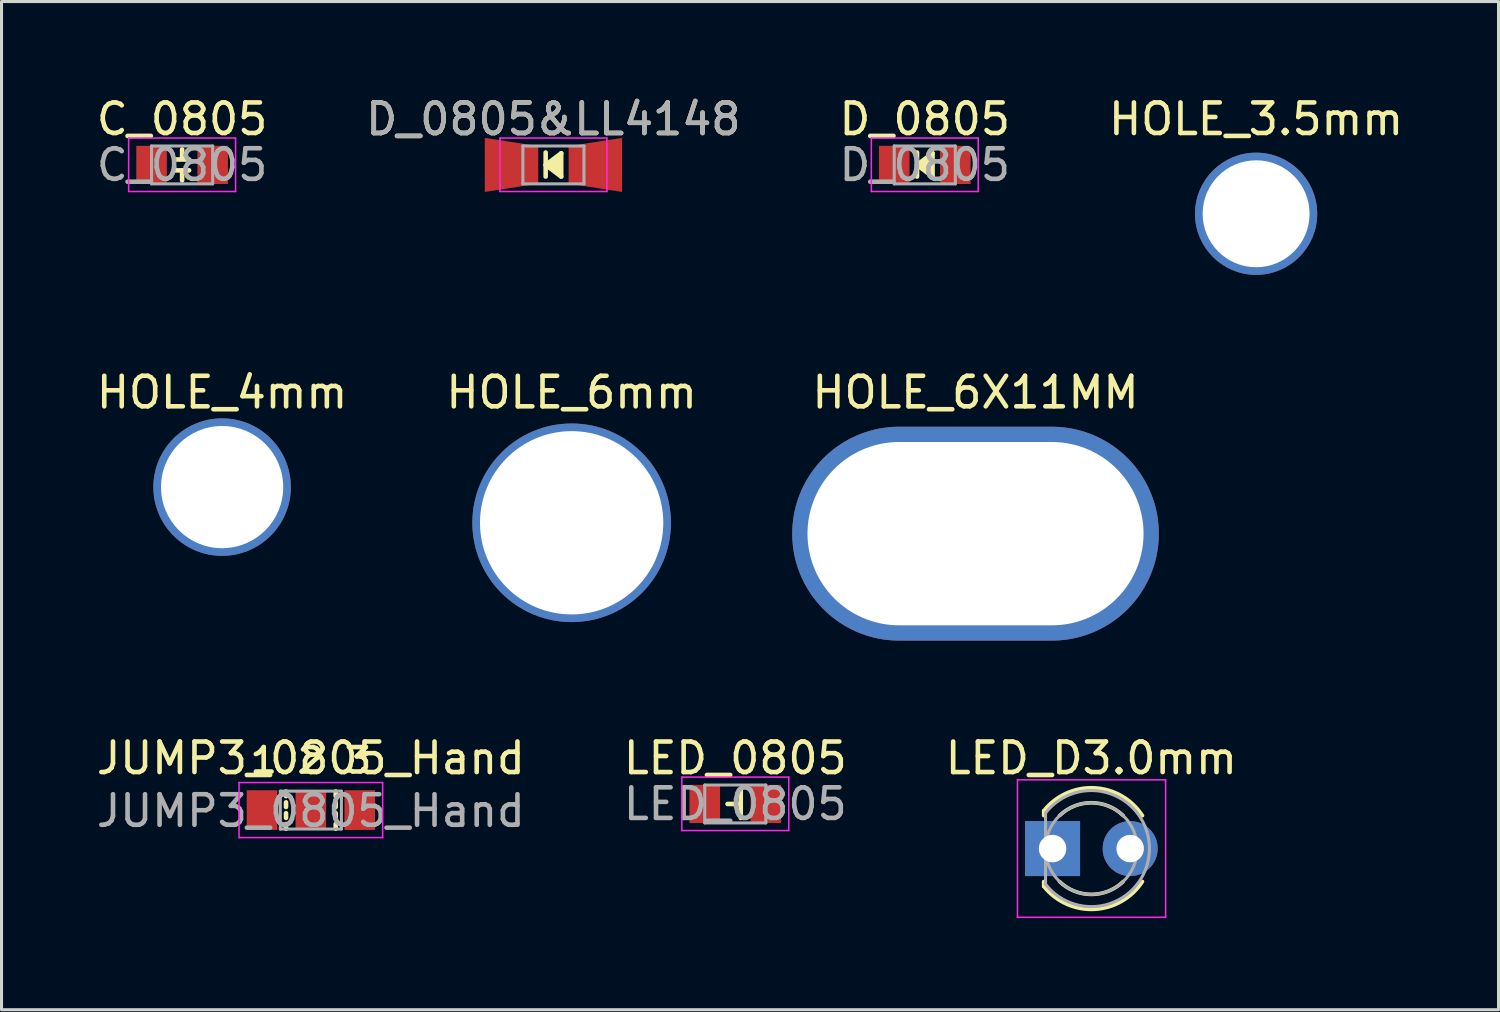
<source format=kicad_pcb>
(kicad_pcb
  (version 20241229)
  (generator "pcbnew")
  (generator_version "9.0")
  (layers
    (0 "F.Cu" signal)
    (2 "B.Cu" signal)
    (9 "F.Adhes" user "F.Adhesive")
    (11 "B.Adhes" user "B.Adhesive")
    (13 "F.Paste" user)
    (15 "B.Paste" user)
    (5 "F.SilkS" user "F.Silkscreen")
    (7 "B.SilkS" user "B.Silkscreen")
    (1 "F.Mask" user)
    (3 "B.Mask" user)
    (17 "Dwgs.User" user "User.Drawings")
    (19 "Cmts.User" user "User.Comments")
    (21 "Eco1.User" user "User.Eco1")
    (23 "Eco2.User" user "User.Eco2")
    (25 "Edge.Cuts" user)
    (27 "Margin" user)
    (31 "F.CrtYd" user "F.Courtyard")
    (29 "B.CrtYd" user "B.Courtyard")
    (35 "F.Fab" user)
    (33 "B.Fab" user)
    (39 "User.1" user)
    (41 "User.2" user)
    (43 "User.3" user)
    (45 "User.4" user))
  (footprint "HOLE_3.5mm"
    (layer "F.Cu")
    (at 38.065 3.947)
    (property "Reference" "HOLE_3.5mm" (at 0 -3.099 0) (layer "F.SilkS") (effects (font (size 1 1) (thickness 0.15))))
    (attr through_hole)
    (pad "0" thru_hole circle (at 0 0) (size 4 4) (drill 3.5) (layers "*.Cu")))
  (footprint "D_0805&LL4148"
    (layer "F.Cu")
    (at 15.065 2.348)
    (property "Reference" "D_0805&LL4148" (at 0 -1.5 0) (layer "F.SilkS") (effects (font (size 1 1) (thickness 0.15))))
    (attr smd)
    (fp_line (start -0.254 -0.406) (end -0.254 0.381) (stroke (width 0.15) (type solid)) (layer "F.SilkS"))
    (fp_line (start -0.254 0) (end 0.254 -0.381) (stroke (width 0.15) (type solid)) (layer "F.SilkS"))
    (fp_line (start -0.102 0) (end 0.203 -0.229) (stroke (width 0.15) (type solid)) (layer "F.SilkS"))
    (fp_line (start -0.051 0.025) (end 0.127 -0.076) (stroke (width 0.15) (type solid)) (layer "F.SilkS"))
    (fp_line (start 0.127 -0.076) (end 0.102 0.051) (stroke (width 0.15) (type solid)) (layer "F.SilkS"))
    (fp_line (start 0.203 -0.229) (end 0.203 0.229) (stroke (width 0.15) (type solid)) (layer "F.SilkS"))
    (fp_line (start 0.203 0.229) (end -0.051 0.025) (stroke (width 0.15) (type solid)) (layer "F.SilkS"))
    (fp_line (start 0.254 -0.381) (end 0.254 0.381) (stroke (width 0.15) (type solid)) (layer "F.SilkS"))
    (fp_line (start 0.254 0.381) (end -0.254 0) (stroke (width 0.15) (type solid)) (layer "F.SilkS"))
    (fp_line (start -1.75 -0.88) (end -1.75 0.87) (stroke (width 0.05) (type solid)) (layer "F.CrtYd"))
    (fp_line (start -1.75 -0.88) (end 1.75 -0.88) (stroke (width 0.05) (type solid)) (layer "F.CrtYd"))
    (fp_line (start 1.75 0.87) (end -1.75 0.87) (stroke (width 0.05) (type solid)) (layer "F.CrtYd"))
    (fp_line (start 1.75 0.87) (end 1.75 -0.88) (stroke (width 0.05) (type solid)) (layer "F.CrtYd"))
    (fp_line (start -1 -0.62) (end 1 -0.62) (stroke (width 0.1) (type solid)) (layer "F.Fab"))
    (fp_line (start -1 0.62) (end -1 -0.62) (stroke (width 0.1) (type solid)) (layer "F.Fab"))
    (fp_line (start 1 -0.62) (end 1 0.62) (stroke (width 0.1) (type solid)) (layer "F.Fab"))
    (fp_line (start 1 0.62) (end -1 0.62) (stroke (width 0.1) (type solid)) (layer "F.Fab"))
    (fp_text user "${REFERENCE}" (at 0 -1.5 0) (layer "F.Fab") (effects (font (size 1 1) (thickness 0.15))))
    (pad "1" smd trapezoid (at -1.372 0) (size 1.75 1.5) (rect_delta 0.27 0) (layers "F.Cu" "F.Mask" "F.Paste"))
    (pad "2" smd trapezoid (at 1.372 0 180) (size 1.75 1.5) (rect_delta 0.27 0) (layers "F.Cu" "F.Mask" "F.Paste")))
  (footprint "HOLE_6X11MM"
    (layer "F.Cu")
    (at 28.881 14.418)
    (property "Reference" "HOLE_6X11MM" (at 0 -4.623 0) (layer "F.SilkS") (effects (font (size 1 1) (thickness 0.15))))
    (attr through_hole)
    (pad "0" thru_hole oval (at 0 0) (size 12 7) (drill oval 11 6) (layers "*.Cu")))
  (footprint "C_0805"
    (layer "F.Cu")
    (at 2.911 2.348)
    (property "Reference" "C_0805" (at 0 -1.5 0) (layer "F.SilkS") (effects (font (size 1 1) (thickness 0.15))))
    (attr smd)
    (fp_line (start -0.254 -0.178) (end 0.229 -0.178) (stroke (width 0.15) (type solid)) (layer "F.SilkS"))
    (fp_line (start -0.254 0.178) (end 0.229 0.178) (stroke (width 0.15) (type solid)) (layer "F.SilkS"))
    (fp_line (start 0 -0.203) (end 0 -0.508) (stroke (width 0.15) (type solid)) (layer "F.SilkS"))
    (fp_line (start 0 0.178) (end 0 0.508) (stroke (width 0.15) (type solid)) (layer "F.SilkS"))
    (fp_line (start -1.75 -0.88) (end -1.75 0.87) (stroke (width 0.05) (type solid)) (layer "F.CrtYd"))
    (fp_line (start -1.75 -0.88) (end 1.75 -0.88) (stroke (width 0.05) (type solid)) (layer "F.CrtYd"))
    (fp_line (start 1.75 0.87) (end -1.75 0.87) (stroke (width 0.05) (type solid)) (layer "F.CrtYd"))
    (fp_line (start 1.75 0.87) (end 1.75 -0.88) (stroke (width 0.05) (type solid)) (layer "F.CrtYd"))
    (fp_line (start -1 -0.62) (end 1 -0.62) (stroke (width 0.1) (type solid)) (layer "F.Fab"))
    (fp_line (start -1 0.62) (end -1 -0.62) (stroke (width 0.1) (type solid)) (layer "F.Fab"))
    (fp_line (start 1 -0.62) (end 1 0.62) (stroke (width 0.1) (type solid)) (layer "F.Fab"))
    (fp_line (start 1 0.62) (end -1 0.62) (stroke (width 0.1) (type solid)) (layer "F.Fab"))
    (fp_text user "${REFERENCE}" (at 0 0 0) (layer "F.Fab") (effects (font (size 1 1) (thickness 0.15))))
    (pad "1" smd rect (at -1 0) (size 1 1.25) (layers "F.Cu" "F.Mask" "F.Paste"))
    (pad "2" smd rect (at 1 0) (size 1 1.25) (layers "F.Cu" "F.Mask" "F.Paste")))
  (footprint "LED_0805"
    (layer "F.Cu")
    (at 21.018 23.266)
    (property "Reference" "LED_0805" (at 0 -1.5 0) (layer "F.SilkS") (effects (font (size 1 1) (thickness 0.15))))
    (attr smd)
    (fp_line (start 0.178 0) (end -0.254 0) (stroke (width 0.15) (type solid)) (layer "F.SilkS"))
    (fp_line (start 0.178 0.457) (end 0.178 -0.457) (stroke (width 0.15) (type solid)) (layer "F.SilkS"))
    (fp_line (start -1.75 -0.88) (end -1.75 0.87) (stroke (width 0.05) (type solid)) (layer "F.CrtYd"))
    (fp_line (start -1.75 -0.88) (end 1.75 -0.88) (stroke (width 0.05) (type solid)) (layer "F.CrtYd"))
    (fp_line (start 1.75 0.87) (end -1.75 0.87) (stroke (width 0.05) (type solid)) (layer "F.CrtYd"))
    (fp_line (start 1.75 0.87) (end 1.75 -0.88) (stroke (width 0.05) (type solid)) (layer "F.CrtYd"))
    (fp_line (start -1 -0.62) (end 1 -0.62) (stroke (width 0.1) (type solid)) (layer "F.Fab"))
    (fp_line (start -1 0.62) (end -1 -0.62) (stroke (width 0.1) (type solid)) (layer "F.Fab"))
    (fp_line (start 1 -0.62) (end 1 0.62) (stroke (width 0.1) (type solid)) (layer "F.Fab"))
    (fp_line (start 1 0.62) (end -1 0.62) (stroke (width 0.1) (type solid)) (layer "F.Fab"))
    (fp_text user "${REFERENCE}" (at 0 0 0) (layer "F.Fab") (effects (font (size 1 1) (thickness 0.15))))
    (pad "1" smd rect (at -1 0) (size 1 1.25) (layers "F.Cu" "F.Mask" "F.Paste"))
    (pad "2" smd rect (at 1 0) (size 1 1.25) (layers "F.Cu" "F.Mask" "F.Paste")))
  (footprint "JUMP3_0805_Hand"
    (layer "F.Cu")
    (at 7.125 23.466)
    (property "Reference" "JUMP3_0805_Hand" (at 0 -1.7 0) (layer "F.SilkS") (effects (font (size 1 1) (thickness 0.15))))
    (attr smd)
    (fp_line (start -0.813 -0.61) (end -0.813 -0.457) (stroke (width 0.15) (type solid)) (layer "F.SilkS"))
    (fp_line (start -0.813 -0.254) (end -0.813 -0.102) (stroke (width 0.15) (type solid)) (layer "F.SilkS"))
    (fp_line (start -0.813 0.102) (end -0.813 0.254) (stroke (width 0.15) (type solid)) (layer "F.SilkS"))
    (fp_line (start -0.813 0.457) (end -0.813 0.61) (stroke (width 0.15) (type solid)) (layer "F.SilkS"))
    (fp_line (start 0.813 -0.61) (end 0.813 -0.457) (stroke (width 0.15) (type solid)) (layer "F.SilkS"))
    (fp_line (start 0.813 -0.254) (end 0.813 -0.102) (stroke (width 0.15) (type solid)) (layer "F.SilkS"))
    (fp_line (start 0.813 0.102) (end 0.813 0.254) (stroke (width 0.15) (type solid)) (layer "F.SilkS"))
    (fp_line (start 0.813 0.61) (end 0.813 0.457) (stroke (width 0.15) (type solid)) (layer "F.SilkS"))
    (fp_line (start -2.35 -0.9) (end -2.35 0.9) (stroke (width 0.05) (type solid)) (layer "F.CrtYd"))
    (fp_line (start -2.35 -0.9) (end 2.35 -0.9) (stroke (width 0.05) (type solid)) (layer "F.CrtYd"))
    (fp_line (start 2.35 0.9) (end -2.35 0.9) (stroke (width 0.05) (type solid)) (layer "F.CrtYd"))
    (fp_line (start 2.35 0.9) (end 2.35 -0.9) (stroke (width 0.05) (type solid)) (layer "F.CrtYd"))
    (fp_line (start -1 -0.62) (end 1 -0.62) (stroke (width 0.1) (type solid)) (layer "F.Fab"))
    (fp_line (start -1 0.62) (end -1 -0.62) (stroke (width 0.1) (type solid)) (layer "F.Fab"))
    (fp_line (start 1 -0.62) (end 1 0.62) (stroke (width 0.1) (type solid)) (layer "F.Fab"))
    (fp_line (start 1 0.62) (end -1 0.62) (stroke (width 0.1) (type solid)) (layer "F.Fab"))
    (fp_text user "1 2 3" (at 0 -1.626 0) (layer "F.SilkS") (effects (font (size 0.8 0.9) (thickness 0.15))))
    (fp_text user "${REFERENCE}" (at 0 0.025 0) (layer "F.Fab") (effects (font (size 1 1) (thickness 0.15))))
    (pad "1" smd rect (at -1.6 0) (size 1 1.3) (layers "F.Cu" "F.Mask"))
    (pad "2" smd rect (at 0 0) (size 1 1.3) (layers "F.Cu" "F.Mask"))
    (pad "3" smd rect (at 1.6 0) (size 1 1.3) (layers "F.Cu" "F.Mask")))
  (footprint "HOLE_6mm"
    (layer "F.Cu")
    (at 15.661 14.062)
    (property "Reference" "HOLE_6mm" (at 0 -4.267 0) (layer "F.SilkS") (effects (font (size 1 1) (thickness 0.15))))
    (attr through_hole)
    (pad "0" thru_hole circle (at 0 0) (size 6.5 6.5) (drill 6) (layers "*.Cu")))
  (footprint "LED_D3.0mm"
    (layer "F.Cu")
    (at 32.673 24.726)
    (property "Reference" "LED_D3.0mm" (at 0 -2.96 0) (layer "F.SilkS") (effects (font (size 1 1) (thickness 0.15))))
    (attr through_hole)
    (fp_line (start -1.56 -1.236) (end -1.56 -1.08) (stroke (width 0.12) (type solid)) (layer "F.SilkS"))
    (fp_line (start -1.56 1.08) (end -1.56 1.236) (stroke (width 0.12) (type solid)) (layer "F.SilkS"))
    (fp_arc (start -1.56 -1.235516) (mid 0.096487 -1.987659) (end 1.672335 -1.078608) (stroke (width 0.12) (type solid)) (layer "F.SilkS"))
    (fp_arc (start -1.040961 -1.08) (mid 0.000117 -1.5) (end 1.04113 -1.079837) (stroke (width 0.12) (type solid)) (layer "F.SilkS"))
    (fp_arc (start 1.04113 1.079837) (mid 0.000117 1.5) (end -1.040961 1.08) (stroke (width 0.12) (type solid)) (layer "F.SilkS"))
    (fp_arc (start 1.672335 1.078608) (mid 0.096487 1.987659) (end -1.56 1.235516) (stroke (width 0.12) (type solid)) (layer "F.SilkS"))
    (fp_line (start -2.42 -2.25) (end -2.42 2.25) (stroke (width 0.05) (type solid)) (layer "F.CrtYd"))
    (fp_line (start -2.42 2.25) (end 2.43 2.25) (stroke (width 0.05) (type solid)) (layer "F.CrtYd"))
    (fp_line (start 2.43 -2.25) (end -2.42 -2.25) (stroke (width 0.05) (type solid)) (layer "F.CrtYd"))
    (fp_line (start 2.43 2.25) (end 2.43 -2.25) (stroke (width 0.05) (type solid)) (layer "F.CrtYd"))
    (fp_line (start -1.5 -1.166) (end -1.5 1.166) (stroke (width 0.1) (type solid)) (layer "F.Fab"))
    (fp_arc (start -1.5 -1.16619) (mid 1.9 0.000452) (end -1.500555 1.165476) (stroke (width 0.1) (type solid)) (layer "F.Fab"))
    (fp_circle (center 0 0) (end 1.5 0) (stroke (width 0.1) (type solid)) (fill no) (layer "F.Fab"))
    (pad "1" thru_hole rect (at -1.27 0) (size 1.8 1.8) (drill 0.9) (layers "*.Cu" "*.Mask"))
    (pad "2" thru_hole circle (at 1.27 0) (size 1.8 1.8) (drill 0.9) (layers "*.Cu" "*.Mask")))
  (footprint "D_0805"
    (layer "F.Cu")
    (at 27.22 2.348)
    (property "Reference" "D_0805" (at 0 -1.5 0) (layer "F.SilkS") (effects (font (size 1 1) (thickness 0.15))))
    (attr smd)
    (fp_line (start -0.254 -0.406) (end -0.254 0.381) (stroke (width 0.15) (type solid)) (layer "F.SilkS"))
    (fp_line (start -0.254 0) (end 0.254 -0.381) (stroke (width 0.15) (type solid)) (layer "F.SilkS"))
    (fp_line (start -0.102 0) (end 0.203 -0.229) (stroke (width 0.15) (type solid)) (layer "F.SilkS"))
    (fp_line (start -0.051 0.025) (end 0.127 -0.076) (stroke (width 0.15) (type solid)) (layer "F.SilkS"))
    (fp_line (start 0.127 -0.076) (end 0.102 0.051) (stroke (width 0.15) (type solid)) (layer "F.SilkS"))
    (fp_line (start 0.203 -0.229) (end 0.203 0.229) (stroke (width 0.15) (type solid)) (layer "F.SilkS"))
    (fp_line (start 0.203 0.229) (end -0.051 0.025) (stroke (width 0.15) (type solid)) (layer "F.SilkS"))
    (fp_line (start 0.254 -0.381) (end 0.254 0.381) (stroke (width 0.15) (type solid)) (layer "F.SilkS"))
    (fp_line (start 0.254 0.381) (end -0.254 0) (stroke (width 0.15) (type solid)) (layer "F.SilkS"))
    (fp_line (start -1.75 -0.88) (end -1.75 0.87) (stroke (width 0.05) (type solid)) (layer "F.CrtYd"))
    (fp_line (start -1.75 -0.88) (end 1.75 -0.88) (stroke (width 0.05) (type solid)) (layer "F.CrtYd"))
    (fp_line (start 1.75 0.87) (end -1.75 0.87) (stroke (width 0.05) (type solid)) (layer "F.CrtYd"))
    (fp_line (start 1.75 0.87) (end 1.75 -0.88) (stroke (width 0.05) (type solid)) (layer "F.CrtYd"))
    (fp_line (start -1 -0.62) (end 1 -0.62) (stroke (width 0.1) (type solid)) (layer "F.Fab"))
    (fp_line (start -1 0.62) (end -1 -0.62) (stroke (width 0.1) (type solid)) (layer "F.Fab"))
    (fp_line (start 1 -0.62) (end 1 0.62) (stroke (width 0.1) (type solid)) (layer "F.Fab"))
    (fp_line (start 1 0.62) (end -1 0.62) (stroke (width 0.1) (type solid)) (layer "F.Fab"))
    (fp_text user "${REFERENCE}" (at 0 0 0) (layer "F.Fab") (effects (font (size 1 1) (thickness 0.15))))
    (pad "1" smd rect (at -1 0) (size 1 1.25) (layers "F.Cu" "F.Mask" "F.Paste"))
    (pad "2" smd rect (at 1 0) (size 1 1.25) (layers "F.Cu" "F.Mask" "F.Paste")))
  (footprint "HOLE_4mm"
    (layer "F.Cu")
    (at 4.22 12.894)
    (property "Reference" "HOLE_4mm" (at 0 -3.099 0) (layer "F.SilkS") (effects (font (size 1 1) (thickness 0.15))))
    (attr through_hole)
    (pad "0" thru_hole circle (at 0 0) (size 4.5 4.5) (drill 4) (layers "*.Cu")))
  (gr_rect
    (start -3 -3)
    (end 46 30.001)
    (stroke (width 0.1) (type default))
    (fill no)
    (layer "Edge.Cuts")))
</source>
